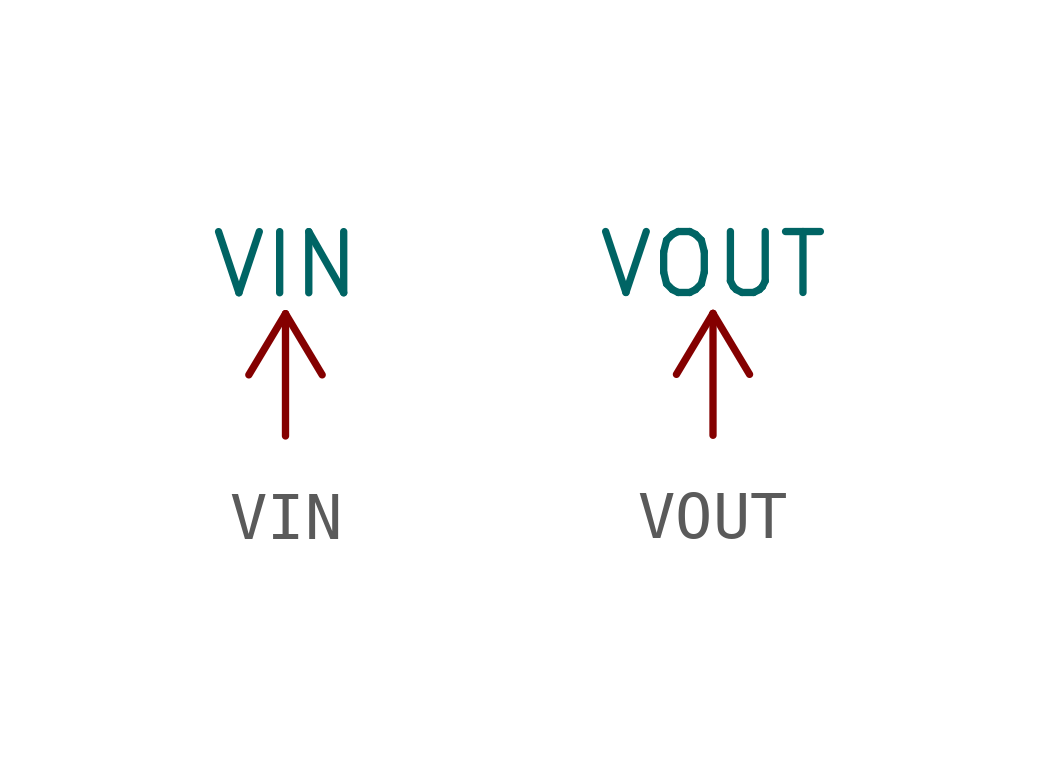
<source format=kicad_sym>
(kicad_symbol_lib
  (version 20220914)
  (generator kicad_symbol_editor)
  (symbol "VIN"
    (power)
    (pin_names
      (offset 0))
    (property "Reference" "#PWR"
      (at 0 -3.81 0)
      (effects (font (size 1.27 1.27)) hide))
    (property "Value" "VIN"
      (at 0 3.556 0)
      (effects (font (size 1.27 1.27))))
    (symbol "VIN_0_1"
      (polyline (pts (xy -0.762 1.27) (xy 0 2.54)) (stroke (width 0) (type default)) (fill (type none)))
      (polyline (pts (xy 0 0) (xy 0 2.54)) (stroke (width 0) (type default)) (fill (type none)))
      (polyline (pts (xy 0 2.54) (xy 0.762 1.27)) (stroke (width 0) (type default)) (fill (type none))))
    (symbol "VIN_1_1"
      (pin power_in line (at 0 0 90) (length 0) hide (name "VIN" (effects (font (size 1.27 1.27)))) (number "1" (effects (font (size 1.27 1.27)))))))
  (symbol "VOUT"
    (power)
    (pin_names
      (offset 0))
    (property "Reference" "#PWR"
      (at 0 -3.81 0)
      (effects (font (size 1.27 1.27)) hide))
    (property "Value" "VOUT"
      (at 0 3.556 0)
      (effects (font (size 1.27 1.27))))
    (symbol "VOUT_0_1"
      (polyline (pts (xy -0.762 1.27) (xy 0 2.54)) (stroke (width 0) (type default)) (fill (type none)))
      (polyline (pts (xy 0 0) (xy 0 2.54)) (stroke (width 0) (type default)) (fill (type none)))
      (polyline (pts (xy 0 2.54) (xy 0.762 1.27)) (stroke (width 0) (type default)) (fill (type none))))
    (symbol "VOUT_1_1"
      (pin power_in line (at 0 0 90) (length 0) hide (name "VOUT" (effects (font (size 1.27 1.27)))) (number "1" (effects (font (size 1.27 1.27))))))))
</source>
